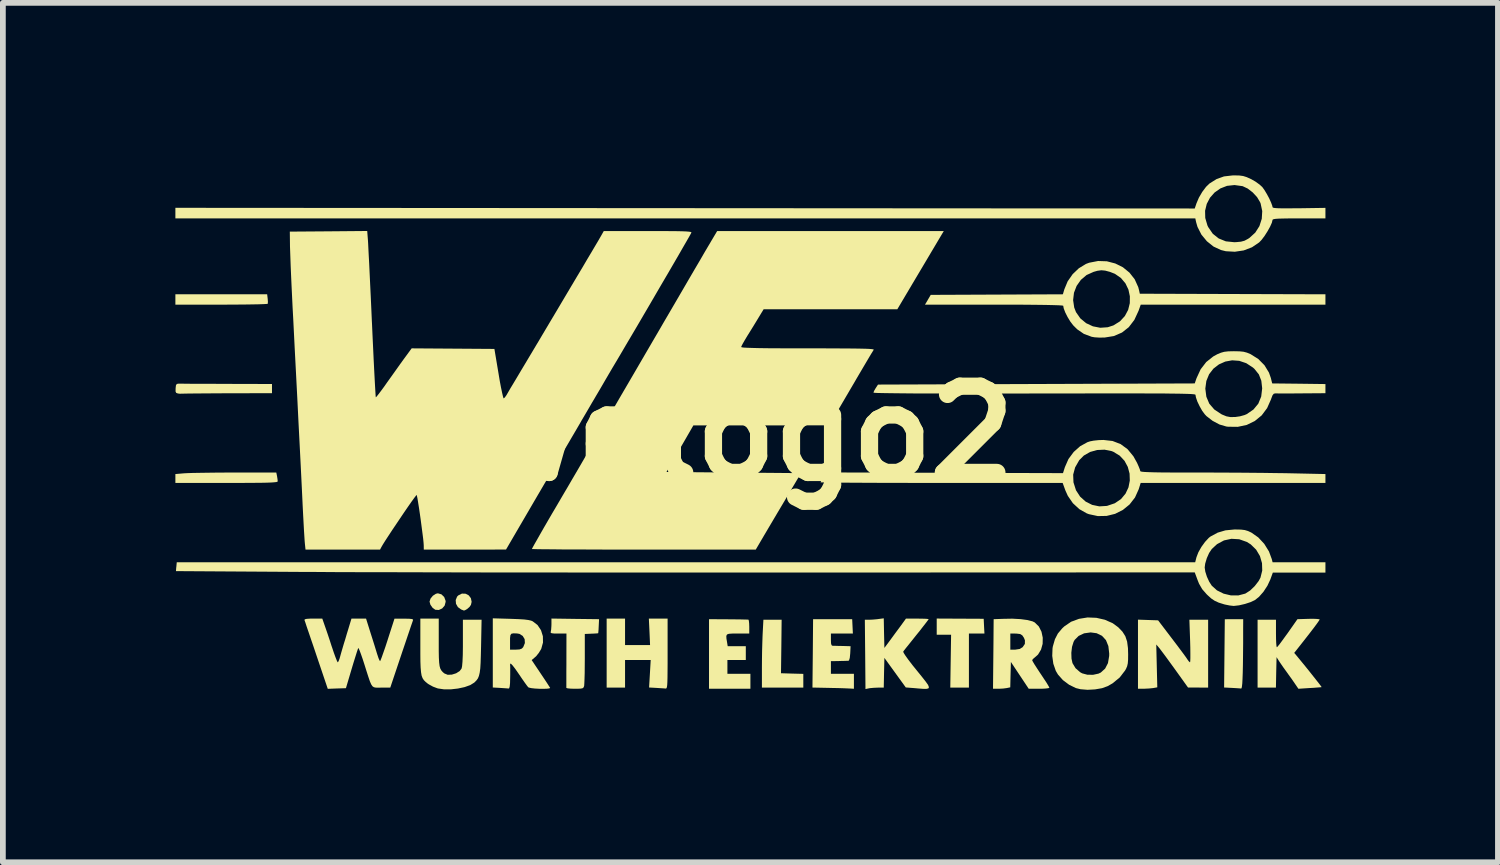
<source format=kicad_pcb>
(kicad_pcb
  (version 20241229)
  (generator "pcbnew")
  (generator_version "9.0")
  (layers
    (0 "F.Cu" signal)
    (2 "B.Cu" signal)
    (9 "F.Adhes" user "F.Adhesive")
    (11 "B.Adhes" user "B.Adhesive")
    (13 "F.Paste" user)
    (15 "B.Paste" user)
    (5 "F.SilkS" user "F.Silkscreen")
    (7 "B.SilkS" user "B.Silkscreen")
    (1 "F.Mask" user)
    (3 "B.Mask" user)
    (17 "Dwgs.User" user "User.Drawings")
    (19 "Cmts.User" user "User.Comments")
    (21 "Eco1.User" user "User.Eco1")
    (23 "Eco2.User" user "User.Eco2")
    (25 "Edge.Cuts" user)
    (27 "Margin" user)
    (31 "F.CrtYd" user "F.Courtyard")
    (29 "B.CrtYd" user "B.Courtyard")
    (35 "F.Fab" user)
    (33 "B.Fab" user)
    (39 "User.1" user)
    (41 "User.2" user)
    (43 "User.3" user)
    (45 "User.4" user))
  (footprint "welogo2"
    (layer "F.Cu")
    (at 10 4.488)
    (property "Reference" "welogo2" (at 0 0 0) (layer "F.SilkS") (effects (font (size 1.5 1.5) (thickness 0.3))))
    (attr board_only exclude_from_pos_files exclude_from_bom)
    (fp_poly (pts (xy -5.373 2.798) (xy -5.325 2.845) (xy -5.301 2.91) (xy -5.3 2.928) (xy -5.317 2.993) (xy -5.36 3.043) (xy -5.419 3.07) (xy -5.48 3.066) (xy -5.527 3.032) (xy -5.565 2.978) (xy -5.58 2.924) (xy -5.563 2.872) (xy -5.522 2.822) (xy -5.469 2.788) (xy -5.435 2.78)) (stroke (width 0) (type solid)) (fill yes) (layer "F.SilkS"))
    (fp_poly (pts (xy 3.648 3.221) (xy 4.057 3.223) (xy 4.063 3.351) (xy 4.07 3.48) (xy 3.935 3.48) (xy 3.8 3.48) (xy 3.8 3.95) (xy 3.8 4.42) (xy 3.638 4.42) (xy 3.476 4.42) (xy 3.483 3.96) (xy 3.49 3.5) (xy 3.365 3.5) (xy 3.24 3.5) (xy 3.24 3.359) (xy 3.24 3.219)) (stroke (width 0) (type solid)) (fill yes) (layer "F.SilkS"))
    (fp_poly (pts (xy -8.395 -2.345) (xy -8.391 -2.292) (xy -8.393 -2.258) (xy -8.394 -2.255) (xy -8.415 -2.252) (xy -8.472 -2.249) (xy -8.56 -2.246) (xy -8.676 -2.244) (xy -8.814 -2.242) (xy -8.971 -2.241) (xy -9.142 -2.24) (xy -9.201 -2.24) (xy -10 -2.24) (xy -10 -2.33) (xy -10 -2.42) (xy -9.202 -2.42) (xy -8.404 -2.42)) (stroke (width 0) (type solid)) (fill yes) (layer "F.SilkS"))
    (fp_poly (pts (xy -4.953 2.787) (xy -4.898 2.816) (xy -4.861 2.865) (xy -4.848 2.928) (xy -4.86 2.981) (xy -4.886 3.018) (xy -4.926 3.053) (xy -4.966 3.076) (xy -4.986 3.079) (xy -5.005 3.071) (xy -5.031 3.061) (xy -5.087 3.02) (xy -5.12 2.962) (xy -5.125 2.897) (xy -5.101 2.838) (xy -5.081 2.817) (xy -5.017 2.785)) (stroke (width 0) (type solid)) (fill yes) (layer "F.SilkS"))
    (fp_poly (pts (xy 0.538 3.705) (xy 0.532 4.17) (xy 0.726 4.176) (xy 0.92 4.181) (xy 0.92 4.301) (xy 0.92 4.42) (xy 0.56 4.42) (xy 0.2 4.42) (xy 0.2 4.073) (xy 0.201 3.935) (xy 0.203 3.789) (xy 0.207 3.648) (xy 0.211 3.527) (xy 0.213 3.483) (xy 0.226 3.24) (xy 0.385 3.24) (xy 0.543 3.24)) (stroke (width 0) (type solid)) (fill yes) (layer "F.SilkS"))
    (fp_poly (pts (xy 8.569 3.405) (xy 8.569 3.648) (xy 8.567 3.854) (xy 8.565 4.024) (xy 8.562 4.162) (xy 8.558 4.269) (xy 8.554 4.347) (xy 8.548 4.4) (xy 8.542 4.428) (xy 8.535 4.436) (xy 8.503 4.433) (xy 8.445 4.429) (xy 8.374 4.425) (xy 8.238 4.418) (xy 8.244 3.824) (xy 8.25 3.231) (xy 8.41 3.23) (xy 8.57 3.23)) (stroke (width 0) (type solid)) (fill yes) (layer "F.SilkS"))
    (fp_poly (pts (xy -8.232 0.743) (xy -8.224 0.795) (xy -8.22 0.833) (xy -8.226 0.839) (xy -8.244 0.845) (xy -8.279 0.849) (xy -8.334 0.853) (xy -8.411 0.856) (xy -8.514 0.858) (xy -8.646 0.859) (xy -8.811 0.86) (xy -9.011 0.86) (xy -9.11 0.86) (xy -10 0.86) (xy -10 0.783) (xy -10 0.706) (xy -9.847 0.693) (xy -9.791 0.69) (xy -9.701 0.687) (xy -9.582 0.685) (xy -9.441 0.683) (xy -9.283 0.681) (xy -9.114 0.68) (xy -8.969 0.68) (xy -8.245 0.68)) (stroke (width 0) (type solid)) (fill yes) (layer "F.SilkS"))
    (fp_poly (pts (xy -9.935 -0.866) (xy -9.903 -0.866) (xy -9.836 -0.865) (xy -9.738 -0.864) (xy -9.615 -0.864) (xy -9.47 -0.863) (xy -9.309 -0.863) (xy -9.135 -0.862) (xy -9.1 -0.862) (xy -8.32 -0.86) (xy -8.32 -0.78) (xy -8.32 -0.7) (xy -9.075 -0.699) (xy -9.246 -0.698) (xy -9.406 -0.697) (xy -9.55 -0.696) (xy -9.673 -0.695) (xy -9.77 -0.694) (xy -9.837 -0.693) (xy -9.869 -0.692) (xy -9.87 -0.692) (xy -9.923 -0.691) (xy -9.956 -0.695) (xy -9.985 -0.705) (xy -9.997 -0.73) (xy -9.996 -0.781) (xy -9.996 -0.786) (xy -9.99 -0.838) (xy -9.975 -0.861) (xy -9.945 -0.866)) (stroke (width 0) (type solid)) (fill yes) (layer "F.SilkS"))
    (fp_poly (pts (xy -2.18 3.45) (xy -2.18 3.68) (xy -1.963 3.68) (xy -1.745 3.68) (xy -1.755 3.45) (xy -1.766 3.22) (xy -1.603 3.22) (xy -1.44 3.22) (xy -1.44 3.83) (xy -1.44 4.002) (xy -1.441 4.139) (xy -1.442 4.244) (xy -1.444 4.321) (xy -1.447 4.375) (xy -1.452 4.409) (xy -1.458 4.428) (xy -1.466 4.435) (xy -1.475 4.436) (xy -1.513 4.433) (xy -1.576 4.429) (xy -1.636 4.425) (xy -1.762 4.418) (xy -1.748 4.179) (xy -1.734 3.94) (xy -1.957 3.94) (xy -2.18 3.94) (xy -2.18 4.18) (xy -2.18 4.42) (xy -2.34 4.42) (xy -2.5 4.42) (xy -2.5 3.82) (xy -2.5 3.22) (xy -2.34 3.22) (xy -2.18 3.22)) (stroke (width 0) (type solid)) (fill yes) (layer "F.SilkS"))
    (fp_poly (pts (xy -0.385 3.232) (xy -0.273 3.233) (xy -0.175 3.234) (xy -0.098 3.236) (xy -0.049 3.237) (xy -0.035 3.237) (xy -0.027 3.257) (xy -0.022 3.305) (xy -0.02 3.36) (xy -0.02 3.48) (xy -0.22 3.48) (xy -0.314 3.48) (xy -0.374 3.484) (xy -0.407 3.496) (xy -0.419 3.522) (xy -0.417 3.566) (xy -0.407 3.625) (xy -0.395 3.7) (xy -0.237 3.7) (xy -0.08 3.7) (xy -0.08 3.82) (xy -0.08 3.94) (xy -0.24 3.94) (xy -0.4 3.94) (xy -0.4 4.06) (xy -0.4 4.18) (xy -0.2 4.18) (xy 0 4.18) (xy 0 4.31) (xy 0 4.44) (xy -0.36 4.44) (xy -0.72 4.44) (xy -0.72 3.835) (xy -0.72 3.23)) (stroke (width 0) (type solid)) (fill yes) (layer "F.SilkS"))
    (fp_poly (pts (xy 1.776 3.355) (xy 1.782 3.48) (xy 1.591 3.48) (xy 1.4 3.48) (xy 1.4 3.587) (xy 1.402 3.65) (xy 1.411 3.682) (xy 1.429 3.693) (xy 1.435 3.693) (xy 1.472 3.693) (xy 1.535 3.695) (xy 1.606 3.696) (xy 1.742 3.7) (xy 1.736 3.825) (xy 1.728 3.904) (xy 1.715 3.946) (xy 1.705 3.953) (xy 1.673 3.954) (xy 1.615 3.956) (xy 1.541 3.957) (xy 1.54 3.958) (xy 1.4 3.96) (xy 1.4 4.07) (xy 1.4 4.18) (xy 1.6 4.18) (xy 1.8 4.18) (xy 1.8 4.31) (xy 1.8 4.44) (xy 1.735 4.436) (xy 1.692 4.434) (xy 1.618 4.431) (xy 1.522 4.428) (xy 1.414 4.426) (xy 1.375 4.425) (xy 1.079 4.419) (xy 1.085 3.824) (xy 1.09 3.23) (xy 1.43 3.23) (xy 1.77 3.23)) (stroke (width 0) (type solid)) (fill yes) (layer "F.SilkS"))
    (fp_poly (pts (xy 6.915 3.244) (xy 7.09 3.25) (xy 7.326 3.56) (xy 7.402 3.66) (xy 7.471 3.752) (xy 7.53 3.831) (xy 7.573 3.89) (xy 7.596 3.924) (xy 7.596 3.925) (xy 7.624 3.963) (xy 7.644 3.98) (xy 7.645 3.98) (xy 7.649 3.961) (xy 7.651 3.908) (xy 7.651 3.828) (xy 7.65 3.727) (xy 7.647 3.61) (xy 7.647 3.61) (xy 7.634 3.24) (xy 7.797 3.24) (xy 7.96 3.24) (xy 7.96 3.83) (xy 7.96 4.42) (xy 7.785 4.419) (xy 7.61 4.418) (xy 7.385 4.104) (xy 7.311 4.002) (xy 7.242 3.907) (xy 7.182 3.826) (xy 7.136 3.765) (xy 7.109 3.73) (xy 7.058 3.67) (xy 7.067 4.043) (xy 7.076 4.415) (xy 7.003 4.428) (xy 6.936 4.435) (xy 6.857 4.439) (xy 6.835 4.44) (xy 6.74 4.44) (xy 6.74 3.839) (xy 6.74 3.238)) (stroke (width 0) (type solid)) (fill yes) (layer "F.SilkS"))
    (fp_poly (pts (xy -3.046 3.225) (xy -2.632 3.23) (xy -2.638 3.35) (xy -2.641 3.414) (xy -2.645 3.459) (xy -2.647 3.474) (xy -2.667 3.477) (xy -2.716 3.48) (xy -2.765 3.482) (xy -2.88 3.487) (xy -2.88 3.918) (xy -2.881 4.048) (xy -2.882 4.167) (xy -2.885 4.267) (xy -2.888 4.343) (xy -2.891 4.388) (xy -2.893 4.395) (xy -2.902 4.418) (xy -2.921 4.432) (xy -2.959 4.438) (xy -3.025 4.44) (xy -3.052 4.44) (xy -3.124 4.438) (xy -3.176 4.433) (xy -3.2 4.426) (xy -3.201 4.425) (xy -3.201 4.402) (xy -3.201 4.344) (xy -3.201 4.258) (xy -3.201 4.149) (xy -3.2 4.024) (xy -3.2 3.945) (xy -3.199 3.48) (xy -3.341 3.48) (xy -3.416 3.479) (xy -3.457 3.474) (xy -3.474 3.464) (xy -3.472 3.448) (xy -3.465 3.41) (xy -3.461 3.35) (xy -3.46 3.318) (xy -3.46 3.219)) (stroke (width 0) (type solid)) (fill yes) (layer "F.SilkS"))
    (fp_poly (pts (xy -5.42 3.636) (xy -5.42 3.784) (xy -5.418 3.898) (xy -5.413 3.983) (xy -5.405 4.046) (xy -5.392 4.091) (xy -5.373 4.124) (xy -5.348 4.152) (xy -5.321 4.174) (xy -5.264 4.197) (xy -5.192 4.194) (xy -5.118 4.171) (xy -5.056 4.132) (xy -5.023 4.088) (xy -5.014 4.047) (xy -5.007 3.968) (xy -5.002 3.854) (xy -5 3.707) (xy -5 3.639) (xy -5 3.24) (xy -4.837 3.24) (xy -4.675 3.24) (xy -4.684 3.705) (xy -4.688 3.866) (xy -4.692 3.992) (xy -4.698 4.088) (xy -4.708 4.161) (xy -4.721 4.216) (xy -4.738 4.258) (xy -4.762 4.292) (xy -4.793 4.324) (xy -4.803 4.333) (xy -4.872 4.376) (xy -4.97 4.411) (xy -5.086 4.436) (xy -5.209 4.45) (xy -5.328 4.45) (xy -5.432 4.435) (xy -5.446 4.431) (xy -5.52 4.403) (xy -5.591 4.364) (xy -5.611 4.351) (xy -5.649 4.32) (xy -5.679 4.29) (xy -5.701 4.256) (xy -5.718 4.211) (xy -5.728 4.151) (xy -5.735 4.072) (xy -5.739 3.966) (xy -5.74 3.83) (xy -5.74 3.701) (xy -5.74 3.22) (xy -5.58 3.22) (xy -5.42 3.22)) (stroke (width 0) (type solid)) (fill yes) (layer "F.SilkS"))
    (fp_poly (pts (xy 2.324 3.472) (xy 2.33 3.73) (xy 2.412 3.62) (xy 2.464 3.549) (xy 2.527 3.463) (xy 2.59 3.378) (xy 2.6 3.365) (xy 2.705 3.22) (xy 2.903 3.22) (xy 2.986 3.221) (xy 3.052 3.223) (xy 3.092 3.227) (xy 3.1 3.229) (xy 3.088 3.247) (xy 3.055 3.291) (xy 3.005 3.355) (xy 2.943 3.435) (xy 2.887 3.504) (xy 2.816 3.593) (xy 2.753 3.672) (xy 2.702 3.735) (xy 2.669 3.777) (xy 2.658 3.791) (xy 2.664 3.814) (xy 2.695 3.863) (xy 2.748 3.937) (xy 2.821 4.032) (xy 2.893 4.121) (xy 2.983 4.232) (xy 3.049 4.316) (xy 3.09 4.374) (xy 3.105 4.413) (xy 3.095 4.434) (xy 3.059 4.442) (xy 2.997 4.441) (xy 2.908 4.434) (xy 2.866 4.43) (xy 2.702 4.417) (xy 2.516 4.16) (xy 2.33 3.903) (xy 2.324 4.161) (xy 2.319 4.42) (xy 2.222 4.42) (xy 2.149 4.423) (xy 2.082 4.429) (xy 2.063 4.432) (xy 2.001 4.445) (xy 1.996 3.842) (xy 1.99 3.24) (xy 2.062 3.24) (xy 2.129 3.237) (xy 2.207 3.23) (xy 2.227 3.227) (xy 2.319 3.215)) (stroke (width 0) (type solid)) (fill yes) (layer "F.SilkS"))
    (fp_poly (pts (xy 4.699 3.229) (xy 4.819 3.245) (xy 4.907 3.268) (xy 4.945 3.287) (xy 5.016 3.357) (xy 5.062 3.448) (xy 5.084 3.552) (xy 5.082 3.659) (xy 5.054 3.759) (xy 5.002 3.845) (xy 4.948 3.893) (xy 4.913 3.922) (xy 4.9 3.944) (xy 4.911 3.967) (xy 4.94 4.016) (xy 4.984 4.084) (xy 5.037 4.165) (xy 5.05 4.184) (xy 5.105 4.267) (xy 5.152 4.338) (xy 5.184 4.392) (xy 5.199 4.42) (xy 5.2 4.422) (xy 5.181 4.43) (xy 5.132 4.436) (xy 5.06 4.44) (xy 5.02 4.44) (xy 4.84 4.44) (xy 4.685 4.207) (xy 4.53 3.974) (xy 4.524 4.195) (xy 4.519 4.415) (xy 4.457 4.428) (xy 4.396 4.436) (xy 4.323 4.44) (xy 4.307 4.44) (xy 4.219 4.44) (xy 4.225 3.835) (xy 4.227 3.62) (xy 4.52 3.62) (xy 4.52 3.76) (xy 4.604 3.76) (xy 4.683 3.748) (xy 4.734 3.717) (xy 4.773 3.66) (xy 4.774 3.597) (xy 4.757 3.554) (xy 4.728 3.511) (xy 4.691 3.488) (xy 4.632 3.481) (xy 4.605 3.48) (xy 4.52 3.48) (xy 4.52 3.62) (xy 4.227 3.62) (xy 4.23 3.23) (xy 4.39 3.224) (xy 4.554 3.221)) (stroke (width 0) (type solid)) (fill yes) (layer "F.SilkS"))
    (fp_poly (pts (xy 9.854 3.226) (xy 9.893 3.231) (xy 9.9 3.235) (xy 9.888 3.256) (xy 9.855 3.303) (xy 9.805 3.371) (xy 9.74 3.456) (xy 9.666 3.551) (xy 9.586 3.653) (xy 9.515 3.743) (xy 9.457 3.816) (xy 9.497 3.863) (xy 9.539 3.914) (xy 9.594 3.981) (xy 9.657 4.058) (xy 9.723 4.14) (xy 9.787 4.221) (xy 9.845 4.294) (xy 9.892 4.354) (xy 9.923 4.395) (xy 9.934 4.411) (xy 9.934 4.411) (xy 9.914 4.414) (xy 9.862 4.418) (xy 9.788 4.424) (xy 9.73 4.427) (xy 9.53 4.44) (xy 9.465 4.345) (xy 9.417 4.275) (xy 9.359 4.195) (xy 9.32 4.14) (xy 9.27 4.071) (xy 9.223 4.003) (xy 9.194 3.96) (xy 9.15 3.89) (xy 9.144 4.155) (xy 9.139 4.42) (xy 8.979 4.42) (xy 8.82 4.42) (xy 8.82 3.83) (xy 8.82 3.24) (xy 8.98 3.24) (xy 9.14 3.24) (xy 9.14 3.48) (xy 9.141 3.572) (xy 9.144 3.648) (xy 9.149 3.7) (xy 9.155 3.719) (xy 9.155 3.719) (xy 9.171 3.703) (xy 9.206 3.66) (xy 9.254 3.595) (xy 9.312 3.515) (xy 9.342 3.474) (xy 9.513 3.23) (xy 9.707 3.224) (xy 9.789 3.223)) (stroke (width 0) (type solid)) (fill yes) (layer "F.SilkS"))
    (fp_poly (pts (xy 6.016 3.206) (xy 6.165 3.24) (xy 6.302 3.301) (xy 6.397 3.371) (xy 6.47 3.447) (xy 6.52 3.526) (xy 6.551 3.619) (xy 6.566 3.734) (xy 6.569 3.84) (xy 6.568 3.933) (xy 6.563 3.998) (xy 6.552 4.047) (xy 6.533 4.092) (xy 6.516 4.122) (xy 6.423 4.243) (xy 6.299 4.345) (xy 6.214 4.394) (xy 6.115 4.43) (xy 5.992 4.451) (xy 5.863 4.458) (xy 5.741 4.448) (xy 5.66 4.428) (xy 5.542 4.37) (xy 5.434 4.289) (xy 5.349 4.193) (xy 5.311 4.129) (xy 5.268 4.005) (xy 5.249 3.868) (xy 5.251 3.814) (xy 5.581 3.814) (xy 5.584 3.916) (xy 5.601 3.994) (xy 5.654 4.082) (xy 5.734 4.152) (xy 5.77 4.172) (xy 5.86 4.196) (xy 5.96 4.197) (xy 6.053 4.177) (xy 6.093 4.158) (xy 6.169 4.089) (xy 6.218 3.994) (xy 6.239 3.87) (xy 6.24 3.828) (xy 6.225 3.698) (xy 6.183 3.594) (xy 6.114 3.519) (xy 6.021 3.474) (xy 5.917 3.46) (xy 5.803 3.476) (xy 5.708 3.521) (xy 5.639 3.59) (xy 5.62 3.624) (xy 5.593 3.711) (xy 5.581 3.814) (xy 5.251 3.814) (xy 5.254 3.736) (xy 5.26 3.702) (xy 5.296 3.578) (xy 5.347 3.479) (xy 5.422 3.39) (xy 5.458 3.356) (xy 5.576 3.275) (xy 5.714 3.224) (xy 5.863 3.2)) (stroke (width 0) (type solid)) (fill yes) (layer "F.SilkS"))
    (fp_poly (pts (xy -4.165 3.224) (xy -4.033 3.229) (xy -3.934 3.235) (xy -3.863 3.244) (xy -3.814 3.255) (xy -3.786 3.267) (xy -3.702 3.332) (xy -3.642 3.421) (xy -3.609 3.526) (xy -3.607 3.636) (xy -3.637 3.744) (xy -3.639 3.749) (xy -3.679 3.815) (xy -3.726 3.874) (xy -3.744 3.89) (xy -3.804 3.941) (xy -3.647 4.175) (xy -3.59 4.26) (xy -3.541 4.334) (xy -3.505 4.39) (xy -3.485 4.421) (xy -3.483 4.425) (xy -3.497 4.434) (xy -3.54 4.439) (xy -3.603 4.441) (xy -3.675 4.44) (xy -3.748 4.436) (xy -3.81 4.429) (xy -3.853 4.419) (xy -3.864 4.413) (xy -3.885 4.387) (xy -3.923 4.335) (xy -3.972 4.265) (xy -4.02 4.194) (xy -4.086 4.099) (xy -4.134 4.036) (xy -4.164 4.005) (xy -4.178 4.004) (xy -4.179 4.025) (xy -4.177 4.055) (xy -4.177 4.115) (xy -4.177 4.194) (xy -4.178 4.245) (xy -4.18 4.341) (xy -4.186 4.401) (xy -4.195 4.431) (xy -4.205 4.436) (xy -4.237 4.433) (xy -4.296 4.429) (xy -4.355 4.425) (xy -4.48 4.418) (xy -4.48 3.816) (xy -4.48 3.62) (xy -4.18 3.62) (xy -4.18 3.76) (xy -4.081 3.76) (xy -4.015 3.756) (xy -3.975 3.741) (xy -3.951 3.716) (xy -3.922 3.645) (xy -3.926 3.577) (xy -3.96 3.521) (xy -4.018 3.485) (xy -4.06 3.478) (xy -4.121 3.476) (xy -4.157 3.483) (xy -4.174 3.508) (xy -4.18 3.558) (xy -4.18 3.62) (xy -4.48 3.62) (xy -4.48 3.215)) (stroke (width 0) (type solid)) (fill yes) (layer "F.SilkS"))
    (fp_poly (pts (xy 6.199 -2.994) (xy 6.345 -2.956) (xy 6.478 -2.89) (xy 6.592 -2.797) (xy 6.683 -2.681) (xy 6.745 -2.544) (xy 6.759 -2.49) (xy 6.772 -2.43) (xy 8.386 -2.425) (xy 10 -2.42) (xy 10 -2.33) (xy 10 -2.24) (xy 8.394 -2.24) (xy 6.788 -2.24) (xy 6.751 -2.135) (xy 6.677 -1.975) (xy 6.58 -1.848) (xy 6.462 -1.755) (xy 6.321 -1.694) (xy 6.16 -1.668) (xy 6.15 -1.668) (xy 6.066 -1.667) (xy 5.987 -1.672) (xy 5.935 -1.681) (xy 5.8 -1.731) (xy 5.682 -1.812) (xy 5.614 -1.88) (xy 5.564 -1.945) (xy 5.516 -2.024) (xy 5.475 -2.105) (xy 5.448 -2.177) (xy 5.44 -2.221) (xy 5.42 -2.225) (xy 5.362 -2.229) (xy 5.267 -2.232) (xy 5.136 -2.235) (xy 4.971 -2.237) (xy 4.773 -2.239) (xy 4.544 -2.24) (xy 4.285 -2.24) (xy 4.238 -2.24) (xy 3.036 -2.24) (xy 3.083 -2.319) (xy 5.612 -2.319) (xy 5.631 -2.19) (xy 5.662 -2.11) (xy 5.737 -2.002) (xy 5.838 -1.918) (xy 5.956 -1.863) (xy 6.084 -1.838) (xy 6.214 -1.847) (xy 6.313 -1.879) (xy 6.427 -1.95) (xy 6.512 -2.042) (xy 6.569 -2.149) (xy 6.598 -2.266) (xy 6.599 -2.385) (xy 6.574 -2.502) (xy 6.522 -2.61) (xy 6.443 -2.704) (xy 6.339 -2.776) (xy 6.252 -2.81) (xy 6.169 -2.832) (xy 6.103 -2.838) (xy 6.035 -2.829) (xy 5.968 -2.81) (xy 5.846 -2.755) (xy 5.747 -2.671) (xy 5.673 -2.566) (xy 5.627 -2.447) (xy 5.612 -2.319) (xy 3.083 -2.319) (xy 3.086 -2.325) (xy 3.136 -2.41) (xy 4.285 -2.415) (xy 5.434 -2.42) (xy 5.459 -2.505) (xy 5.517 -2.645) (xy 5.604 -2.77) (xy 5.712 -2.873) (xy 5.835 -2.948) (xy 5.891 -2.969) (xy 6.046 -2.999)) (stroke (width 0) (type solid)) (fill yes) (layer "F.SilkS"))
    (fp_poly (pts (xy -7.405 3.335) (xy -7.383 3.398) (xy -7.352 3.488) (xy -7.317 3.593) (xy -7.282 3.702) (xy -7.277 3.715) (xy -7.245 3.811) (xy -7.216 3.891) (xy -7.193 3.949) (xy -7.179 3.978) (xy -7.176 3.98) (xy -7.163 3.963) (xy -7.146 3.919) (xy -7.139 3.895) (xy -7.118 3.819) (xy -7.094 3.737) (xy -7.089 3.72) (xy -7.072 3.662) (xy -7.046 3.579) (xy -7.018 3.483) (xy -7 3.425) (xy -6.938 3.22) (xy -6.811 3.22) (xy -6.684 3.22) (xy -6.604 3.475) (xy -6.57 3.582) (xy -6.537 3.687) (xy -6.509 3.778) (xy -6.489 3.844) (xy -6.488 3.845) (xy -6.468 3.906) (xy -6.45 3.947) (xy -6.44 3.96) (xy -6.431 3.942) (xy -6.411 3.891) (xy -6.384 3.814) (xy -6.35 3.717) (xy -6.313 3.604) (xy -6.309 3.591) (xy -6.19 3.221) (xy -6.023 3.221) (xy -5.938 3.222) (xy -5.888 3.227) (xy -5.867 3.236) (xy -5.867 3.245) (xy -5.875 3.27) (xy -5.895 3.327) (xy -5.924 3.413) (xy -5.961 3.522) (xy -6.004 3.65) (xy -6.052 3.791) (xy -6.07 3.845) (xy -6.263 4.42) (xy -6.418 4.42) (xy -6.474 4.421) (xy -6.516 4.42) (xy -6.548 4.413) (xy -6.574 4.395) (xy -6.596 4.361) (xy -6.619 4.307) (xy -6.646 4.227) (xy -6.681 4.118) (xy -6.71 4.025) (xy -6.743 3.923) (xy -6.773 3.837) (xy -6.797 3.773) (xy -6.813 3.737) (xy -6.818 3.731) (xy -6.828 3.753) (xy -6.846 3.807) (xy -6.871 3.887) (xy -6.902 3.986) (xy -6.932 4.086) (xy -7.034 4.43) (xy -7.192 4.435) (xy -7.35 4.441) (xy -7.548 3.855) (xy -7.597 3.709) (xy -7.643 3.575) (xy -7.683 3.457) (xy -7.716 3.361) (xy -7.739 3.29) (xy -7.753 3.251) (xy -7.755 3.245) (xy -7.749 3.232) (xy -7.716 3.224) (xy -7.651 3.22) (xy -7.605 3.22) (xy -7.445 3.22)) (stroke (width 0) (type solid)) (fill yes) (layer "F.SilkS"))
    (fp_poly (pts (xy 8.502 -4.486) (xy 8.569 -4.477) (xy 8.63 -4.458) (xy 8.703 -4.425) (xy 8.706 -4.424) (xy 8.783 -4.38) (xy 8.855 -4.328) (xy 8.902 -4.285) (xy 8.939 -4.234) (xy 8.981 -4.164) (xy 9.022 -4.088) (xy 9.055 -4.015) (xy 9.076 -3.958) (xy 9.08 -3.935) (xy 9.088 -3.927) (xy 9.115 -3.921) (xy 9.164 -3.917) (xy 9.241 -3.915) (xy 9.348 -3.915) (xy 9.49 -3.916) (xy 9.54 -3.916) (xy 10 -3.923) (xy 10 -3.831) (xy 10 -3.74) (xy 9.54 -3.74) (xy 9.389 -3.74) (xy 9.273 -3.738) (xy 9.189 -3.736) (xy 9.132 -3.732) (xy 9.098 -3.726) (xy 9.082 -3.718) (xy 9.08 -3.713) (xy 9.068 -3.664) (xy 9.037 -3.595) (xy 8.993 -3.516) (xy 8.942 -3.436) (xy 8.89 -3.367) (xy 8.847 -3.322) (xy 8.723 -3.238) (xy 8.579 -3.183) (xy 8.424 -3.16) (xy 8.268 -3.169) (xy 8.183 -3.19) (xy 8.054 -3.25) (xy 7.939 -3.342) (xy 7.843 -3.458) (xy 7.775 -3.592) (xy 7.751 -3.675) (xy 7.737 -3.74) (xy -1.132 -3.74) (xy -10 -3.74) (xy -10 -3.832) (xy -10 -3.873) (xy 7.907 -3.873) (xy 7.91 -3.747) (xy 7.948 -3.617) (xy 7.962 -3.588) (xy 8.041 -3.473) (xy 8.144 -3.391) (xy 8.268 -3.341) (xy 8.413 -3.326) (xy 8.446 -3.327) (xy 8.53 -3.335) (xy 8.593 -3.352) (xy 8.653 -3.384) (xy 8.679 -3.401) (xy 8.78 -3.493) (xy 8.852 -3.606) (xy 8.893 -3.734) (xy 8.901 -3.867) (xy 8.873 -3.999) (xy 8.863 -4.023) (xy 8.811 -4.11) (xy 8.735 -4.192) (xy 8.648 -4.259) (xy 8.561 -4.3) (xy 8.557 -4.301) (xy 8.419 -4.32) (xy 8.289 -4.306) (xy 8.173 -4.261) (xy 8.072 -4.19) (xy 7.992 -4.099) (xy 7.936 -3.992) (xy 7.907 -3.873) (xy -10 -3.873) (xy -10 -3.924) (xy -1.136 -3.918) (xy 7.727 -3.912) (xy 7.757 -4.001) (xy 7.799 -4.1) (xy 7.858 -4.201) (xy 7.924 -4.289) (xy 7.984 -4.347) (xy 8.107 -4.424) (xy 8.236 -4.47) (xy 8.382 -4.487) (xy 8.412 -4.488)) (stroke (width 0) (type solid)) (fill yes) (layer "F.SilkS"))
    (fp_poly (pts (xy 6.298 0.131) (xy 6.438 0.185) (xy 6.559 0.274) (xy 6.661 0.398) (xy 6.723 0.509) (xy 6.752 0.574) (xy 6.773 0.627) (xy 6.78 0.655) (xy 6.788 0.661) (xy 6.813 0.666) (xy 6.859 0.67) (xy 6.928 0.673) (xy 7.022 0.676) (xy 7.145 0.678) (xy 7.299 0.679) (xy 7.486 0.68) (xy 7.71 0.68) (xy 7.787 0.68) (xy 8.011 0.68) (xy 8.244 0.681) (xy 8.481 0.682) (xy 8.712 0.684) (xy 8.931 0.686) (xy 9.129 0.689) (xy 9.3 0.691) (xy 9.397 0.693) (xy 10 0.706) (xy 10 0.783) (xy 10 0.86) (xy 8.394 0.86) (xy 6.787 0.86) (xy 6.753 0.97) (xy 6.688 1.114) (xy 6.594 1.235) (xy 6.477 1.33) (xy 6.342 1.398) (xy 6.195 1.434) (xy 6.042 1.437) (xy 5.888 1.404) (xy 5.85 1.39) (xy 5.721 1.317) (xy 5.608 1.213) (xy 5.52 1.085) (xy 5.478 0.992) (xy 5.43 0.86) (xy 3.325 0.86) (xy 3.039 0.86) (xy 2.764 0.86) (xy 2.503 0.859) (xy 2.259 0.859) (xy 2.034 0.858) (xy 1.831 0.857) (xy 1.652 0.856) (xy 1.501 0.855) (xy 1.38 0.854) (xy 1.291 0.852) (xy 1.237 0.851) (xy 1.22 0.85) (xy 1.23 0.828) (xy 1.255 0.785) (xy 1.271 0.759) (xy 1.298 0.716) (xy 5.613 0.716) (xy 5.618 0.846) (xy 5.619 0.853) (xy 5.662 0.988) (xy 5.734 1.099) (xy 5.83 1.185) (xy 5.943 1.242) (xy 6.068 1.268) (xy 6.201 1.26) (xy 6.334 1.215) (xy 6.337 1.214) (xy 6.445 1.141) (xy 6.524 1.046) (xy 6.575 0.937) (xy 6.598 0.819) (xy 6.594 0.698) (xy 6.563 0.582) (xy 6.506 0.476) (xy 6.422 0.386) (xy 6.312 0.319) (xy 6.282 0.307) (xy 6.158 0.282) (xy 6.029 0.288) (xy 5.907 0.322) (xy 5.799 0.384) (xy 5.719 0.464) (xy 5.647 0.59) (xy 5.613 0.716) (xy 1.298 0.716) (xy 1.322 0.678) (xy 3.379 0.684) (xy 5.436 0.69) (xy 5.469 0.586) (xy 5.531 0.445) (xy 5.622 0.322) (xy 5.734 0.222) (xy 5.861 0.152) (xy 5.907 0.137) (xy 5.97 0.125) (xy 6.054 0.116) (xy 6.14 0.113)) (stroke (width 0) (type solid)) (fill yes) (layer "F.SilkS"))
    (fp_poly (pts (xy 8.532 1.672) (xy 8.598 1.68) (xy 8.654 1.697) (xy 8.712 1.724) (xy 8.832 1.808) (xy 8.936 1.92) (xy 9.018 2.052) (xy 9.067 2.185) (xy 9.081 2.24) (xy 9.54 2.24) (xy 10 2.24) (xy 10 2.33) (xy 10 2.42) (xy 9.543 2.42) (xy 9.085 2.42) (xy 9.042 2.539) (xy 8.991 2.648) (xy 8.923 2.752) (xy 8.845 2.841) (xy 8.775 2.897) (xy 8.699 2.933) (xy 8.601 2.965) (xy 8.498 2.989) (xy 8.41 2.999) (xy 8.401 2.999) (xy 8.336 2.992) (xy 8.261 2.977) (xy 8.24 2.972) (xy 8.144 2.942) (xy 8.074 2.91) (xy 8.013 2.869) (xy 7.948 2.81) (xy 7.933 2.795) (xy 7.856 2.707) (xy 7.802 2.613) (xy 7.778 2.553) (xy 7.727 2.416) (xy 1.059 2.419) (xy 0.518 2.419) (xy -0.025 2.419) (xy -0.568 2.419) (xy -1.109 2.419) (xy -1.647 2.419) (xy -2.177 2.419) (xy -2.699 2.419) (xy -3.211 2.418) (xy -3.71 2.418) (xy -4.193 2.417) (xy -4.66 2.417) (xy -5.107 2.416) (xy -5.532 2.415) (xy -5.934 2.414) (xy -6.309 2.413) (xy -6.657 2.413) (xy -6.974 2.412) (xy -7.258 2.411) (xy -7.508 2.409) (xy -7.721 2.408) (xy -7.8 2.408) (xy -9.99 2.394) (xy -9.985 2.331) (xy 7.9 2.331) (xy 7.911 2.404) (xy 7.939 2.492) (xy 7.979 2.579) (xy 8.023 2.647) (xy 8.023 2.647) (xy 8.114 2.729) (xy 8.229 2.786) (xy 8.355 2.816) (xy 8.484 2.817) (xy 8.603 2.786) (xy 8.61 2.783) (xy 8.691 2.731) (xy 8.771 2.654) (xy 8.838 2.567) (xy 8.87 2.508) (xy 8.901 2.384) (xy 8.897 2.256) (xy 8.861 2.132) (xy 8.795 2.021) (xy 8.702 1.93) (xy 8.634 1.887) (xy 8.501 1.84) (xy 8.366 1.832) (xy 8.236 1.86) (xy 8.115 1.925) (xy 8.024 2.009) (xy 7.977 2.079) (xy 7.937 2.169) (xy 7.909 2.263) (xy 7.9 2.331) (xy -9.985 2.331) (xy -9.983 2.317) (xy -9.976 2.24) (xy -1.12 2.24) (xy 7.735 2.24) (xy 7.757 2.153) (xy 7.79 2.067) (xy 7.843 1.973) (xy 7.907 1.885) (xy 7.972 1.815) (xy 8 1.793) (xy 8.126 1.725) (xy 8.261 1.685) (xy 8.417 1.67) (xy 8.44 1.67)) (stroke (width 0) (type solid)) (fill yes) (layer "F.SilkS"))
    (fp_poly (pts (xy 8.506 -1.428) (xy 8.576 -1.421) (xy 8.636 -1.405) (xy 8.698 -1.379) (xy 8.7 -1.378) (xy 8.832 -1.295) (xy 8.94 -1.186) (xy 9.018 -1.058) (xy 9.051 -0.964) (xy 9.074 -0.87) (xy 9.537 -0.865) (xy 10 -0.859) (xy 10 -0.78) (xy 10 -0.7) (xy 9.585 -0.697) (xy 9.458 -0.696) (xy 9.342 -0.696) (xy 9.245 -0.696) (xy 9.173 -0.696) (xy 9.133 -0.697) (xy 9.129 -0.697) (xy 9.102 -0.691) (xy 9.08 -0.664) (xy 9.058 -0.607) (xy 9.054 -0.594) (xy 8.986 -0.441) (xy 8.891 -0.314) (xy 8.771 -0.216) (xy 8.631 -0.148) (xy 8.475 -0.115) (xy 8.307 -0.117) (xy 8.276 -0.121) (xy 8.157 -0.156) (xy 8.037 -0.22) (xy 7.931 -0.302) (xy 7.901 -0.334) (xy 7.856 -0.395) (xy 7.812 -0.473) (xy 7.773 -0.554) (xy 7.748 -0.627) (xy 7.74 -0.672) (xy 7.736 -0.676) (xy 7.722 -0.68) (xy 7.696 -0.683) (xy 7.658 -0.686) (xy 7.603 -0.688) (xy 7.532 -0.69) (xy 7.442 -0.692) (xy 7.331 -0.693) (xy 7.198 -0.695) (xy 7.04 -0.696) (xy 6.855 -0.696) (xy 6.643 -0.697) (xy 6.4 -0.697) (xy 6.125 -0.697) (xy 5.817 -0.696) (xy 5.473 -0.696) (xy 5.092 -0.695) (xy 4.94 -0.695) (xy 4.491 -0.694) (xy 4.081 -0.694) (xy 3.71 -0.694) (xy 3.378 -0.695) (xy 3.085 -0.695) (xy 2.831 -0.696) (xy 2.617 -0.698) (xy 2.442 -0.7) (xy 2.307 -0.702) (xy 2.212 -0.704) (xy 2.156 -0.707) (xy 2.14 -0.71) (xy 2.15 -0.739) (xy 2.174 -0.78) (xy 7.911 -0.78) (xy 7.929 -0.639) (xy 7.98 -0.518) (xy 8.067 -0.417) (xy 8.187 -0.337) (xy 8.202 -0.329) (xy 8.278 -0.298) (xy 8.346 -0.285) (xy 8.428 -0.286) (xy 8.431 -0.286) (xy 8.514 -0.298) (xy 8.593 -0.32) (xy 8.631 -0.336) (xy 8.748 -0.416) (xy 8.833 -0.519) (xy 8.883 -0.642) (xy 8.9 -0.784) (xy 8.885 -0.917) (xy 8.842 -1.027) (xy 8.765 -1.123) (xy 8.738 -1.147) (xy 8.623 -1.222) (xy 8.501 -1.263) (xy 8.378 -1.272) (xy 8.258 -1.25) (xy 8.148 -1.201) (xy 8.052 -1.127) (xy 7.977 -1.03) (xy 7.929 -0.913) (xy 7.911 -0.78) (xy 2.174 -0.78) (xy 2.175 -0.783) (xy 2.18 -0.79) (xy 2.219 -0.85) (xy 4.973 -0.86) (xy 7.727 -0.87) (xy 7.758 -0.96) (xy 7.83 -1.116) (xy 7.927 -1.242) (xy 8.049 -1.339) (xy 8.12 -1.378) (xy 8.183 -1.404) (xy 8.241 -1.42) (xy 8.311 -1.428) (xy 8.405 -1.43) (xy 8.41 -1.43)) (stroke (width 0) (type solid)) (fill yes) (layer "F.SilkS"))
    (fp_poly (pts (xy 3.324 -3.455) (xy 3.305 -3.423) (xy 3.268 -3.361) (xy 3.216 -3.273) (xy 3.151 -3.164) (xy 3.077 -3.039) (xy 2.995 -2.901) (xy 2.92 -2.775) (xy 2.555 -2.16) (xy 1.392 -2.16) (xy 0.23 -2.16) (xy 0.142 -2.015) (xy 0.09 -1.929) (xy 0.028 -1.828) (xy -0.034 -1.728) (xy -0.053 -1.698) (xy -0.098 -1.623) (xy -0.134 -1.56) (xy -0.156 -1.517) (xy -0.16 -1.503) (xy -0.149 -1.498) (xy -0.113 -1.493) (xy -0.052 -1.49) (xy 0.037 -1.487) (xy 0.156 -1.484) (xy 0.308 -1.482) (xy 0.492 -1.481) (xy 0.713 -1.48) (xy 0.972 -1.48) (xy 1.002 -1.48) (xy 1.255 -1.48) (xy 1.47 -1.479) (xy 1.65 -1.478) (xy 1.798 -1.477) (xy 1.916 -1.475) (xy 2.006 -1.473) (xy 2.072 -1.47) (xy 2.115 -1.466) (xy 2.139 -1.462) (xy 2.145 -1.456) (xy 2.144 -1.455) (xy 2.13 -1.432) (xy 2.097 -1.379) (xy 2.05 -1.3) (xy 1.991 -1.2) (xy 1.922 -1.083) (xy 1.846 -0.954) (xy 1.815 -0.9) (xy 1.734 -0.762) (xy 1.656 -0.629) (xy 1.585 -0.508) (xy 1.524 -0.403) (xy 1.476 -0.32) (xy 1.443 -0.265) (xy 1.438 -0.255) (xy 1.37 -0.141) (xy 0.189 -0.14) (xy -0.992 -0.14) (xy -1.139 0.115) (xy -1.201 0.222) (xy -1.264 0.331) (xy -1.322 0.431) (xy -1.367 0.51) (xy -1.373 0.52) (xy -1.459 0.67) (xy -0.29 0.68) (xy 0.88 0.69) (xy 0.635 1.103) (xy 0.555 1.238) (xy 0.471 1.379) (xy 0.39 1.516) (xy 0.316 1.641) (xy 0.256 1.743) (xy 0.241 1.768) (xy 0.093 2.02) (xy -1.854 2.02) (xy -2.129 2.02) (xy -2.393 2.02) (xy -2.642 2.019) (xy -2.874 2.018) (xy -3.087 2.018) (xy -3.277 2.017) (xy -3.442 2.015) (xy -3.579 2.014) (xy -3.686 2.013) (xy -3.759 2.011) (xy -3.796 2.01) (xy -3.8 2.009) (xy -3.79 1.989) (xy -3.763 1.939) (xy -3.72 1.864) (xy -3.665 1.767) (xy -3.6 1.653) (xy -3.527 1.527) (xy -3.449 1.393) (xy -3.368 1.256) (xy -3.288 1.119) (xy -3.23 1.02) (xy -3.172 0.922) (xy -3.103 0.803) (xy -3.029 0.677) (xy -2.96 0.559) (xy -2.949 0.54) (xy -2.882 0.424) (xy -2.809 0.298) (xy -2.739 0.177) (xy -2.679 0.075) (xy -2.67 0.06) (xy -2.627 -0.014) (xy -2.582 -0.09) (xy -2.535 -0.171) (xy -2.483 -0.26) (xy -2.426 -0.358) (xy -2.361 -0.468) (xy -2.288 -0.594) (xy -2.204 -0.738) (xy -2.108 -0.902) (xy -1.999 -1.089) (xy -1.875 -1.302) (xy -1.734 -1.544) (xy -1.575 -1.816) (xy -1.515 -1.92) (xy -1.392 -2.13) (xy -1.273 -2.334) (xy -1.16 -2.528) (xy -1.054 -2.71) (xy -0.957 -2.876) (xy -0.871 -3.022) (xy -0.799 -3.147) (xy -0.741 -3.245) (xy -0.7 -3.314) (xy -0.682 -3.345) (xy -0.578 -3.52) (xy 1.392 -3.52) (xy 3.363 -3.52)) (stroke (width 0) (type solid)) (fill yes) (layer "F.SilkS"))
    (fp_poly (pts (xy -6.651 -3.355) (xy -6.648 -3.306) (xy -6.644 -3.221) (xy -6.638 -3.104) (xy -6.63 -2.959) (xy -6.622 -2.789) (xy -6.613 -2.599) (xy -6.603 -2.393) (xy -6.593 -2.175) (xy -6.583 -1.948) (xy -6.581 -1.913) (xy -6.571 -1.691) (xy -6.561 -1.481) (xy -6.552 -1.286) (xy -6.543 -1.11) (xy -6.535 -0.956) (xy -6.528 -0.828) (xy -6.522 -0.729) (xy -6.518 -0.662) (xy -6.515 -0.63) (xy -6.515 -0.628) (xy -6.501 -0.641) (xy -6.469 -0.681) (xy -6.421 -0.744) (xy -6.363 -0.823) (xy -6.32 -0.885) (xy -6.244 -0.991) (xy -6.165 -1.102) (xy -6.091 -1.206) (xy -6.029 -1.292) (xy -6.012 -1.315) (xy -5.891 -1.48) (xy -5.172 -1.475) (xy -4.452 -1.47) (xy -4.38 -1.04) (xy -4.359 -0.914) (xy -4.338 -0.803) (xy -4.319 -0.712) (xy -4.304 -0.647) (xy -4.294 -0.613) (xy -4.291 -0.61) (xy -4.271 -0.626) (xy -4.243 -0.665) (xy -4.236 -0.677) (xy -4.214 -0.715) (xy -4.176 -0.781) (xy -4.124 -0.867) (xy -4.063 -0.969) (xy -3.997 -1.08) (xy -3.987 -1.097) (xy -3.915 -1.217) (xy -3.844 -1.336) (xy -3.777 -1.448) (xy -3.721 -1.542) (xy -3.68 -1.61) (xy -3.65 -1.661) (xy -3.602 -1.742) (xy -3.539 -1.848) (xy -3.463 -1.976) (xy -3.377 -2.12) (xy -3.284 -2.277) (xy -3.186 -2.442) (xy -3.116 -2.56) (xy -3.018 -2.725) (xy -2.924 -2.882) (xy -2.839 -3.027) (xy -2.762 -3.156) (xy -2.697 -3.266) (xy -2.646 -3.352) (xy -2.612 -3.411) (xy -2.598 -3.435) (xy -2.55 -3.52) (xy -1.783 -3.52) (xy -1.583 -3.52) (xy -1.419 -3.519) (xy -1.289 -3.518) (xy -1.189 -3.516) (xy -1.116 -3.513) (xy -1.067 -3.509) (xy -1.038 -3.504) (xy -1.026 -3.498) (xy -1.026 -3.494) (xy -1.038 -3.47) (xy -1.069 -3.415) (xy -1.116 -3.333) (xy -1.178 -3.226) (xy -1.252 -3.097) (xy -1.337 -2.951) (xy -1.43 -2.791) (xy -1.531 -2.619) (xy -1.636 -2.439) (xy -1.743 -2.255) (xy -1.852 -2.069) (xy -1.959 -1.886) (xy -2.064 -1.708) (xy -2.164 -1.539) (xy -2.256 -1.382) (xy -2.334 -1.25) (xy -2.394 -1.15) (xy -2.455 -1.046) (xy -2.51 -0.952) (xy -2.546 -0.89) (xy -2.593 -0.809) (xy -2.641 -0.727) (xy -2.679 -0.663) (xy -2.681 -0.66) (xy -2.707 -0.615) (xy -2.75 -0.543) (xy -2.804 -0.45) (xy -2.867 -0.342) (xy -2.935 -0.227) (xy -2.95 -0.2) (xy -3.024 -0.073) (xy -3.101 0.058) (xy -3.174 0.183) (xy -3.239 0.293) (xy -3.289 0.378) (xy -3.29 0.38) (xy -3.431 0.619) (xy -3.586 0.882) (xy -3.756 1.172) (xy -3.943 1.493) (xy -3.991 1.575) (xy -4.25 2.019) (xy -4.965 2.02) (xy -5.68 2.02) (xy -5.681 1.945) (xy -5.684 1.901) (xy -5.691 1.83) (xy -5.703 1.736) (xy -5.717 1.629) (xy -5.732 1.514) (xy -5.748 1.4) (xy -5.764 1.292) (xy -5.779 1.198) (xy -5.791 1.125) (xy -5.801 1.08) (xy -5.804 1.069) (xy -5.817 1.083) (xy -5.848 1.124) (xy -5.895 1.189) (xy -5.953 1.272) (xy -6.019 1.368) (xy -6.089 1.472) (xy -6.161 1.579) (xy -6.231 1.683) (xy -6.294 1.779) (xy -6.349 1.863) (xy -6.391 1.93) (xy -6.416 1.973) (xy -6.417 1.975) (xy -6.441 2.02) (xy -7.089 2.02) (xy -7.737 2.02) (xy -7.748 1.915) (xy -7.752 1.869) (xy -7.757 1.789) (xy -7.764 1.68) (xy -7.771 1.55) (xy -7.779 1.403) (xy -7.787 1.245) (xy -7.79 1.18) (xy -7.8 0.969) (xy -7.812 0.725) (xy -7.826 0.447) (xy -7.842 0.134) (xy -7.86 -0.214) (xy -7.879 -0.599) (xy -7.901 -1.022) (xy -7.925 -1.482) (xy -7.95 -1.981) (xy -7.962 -2.2) (xy -7.971 -2.388) (xy -7.98 -2.574) (xy -7.988 -2.751) (xy -7.995 -2.913) (xy -8 -3.055) (xy -8.004 -3.17) (xy -8.007 -3.251) (xy -8.007 -3.26) (xy -8.01 -3.51) (xy -7.337 -3.515) (xy -6.664 -3.521)) (stroke (width 0) (type solid)) (fill yes) (layer "F.SilkS")))
  (gr_rect
    (start -3 -3)
    (end 23 11.945)
    (stroke (width 0.1) (type default))
    (fill no)
    (layer "Edge.Cuts")))
</source>
